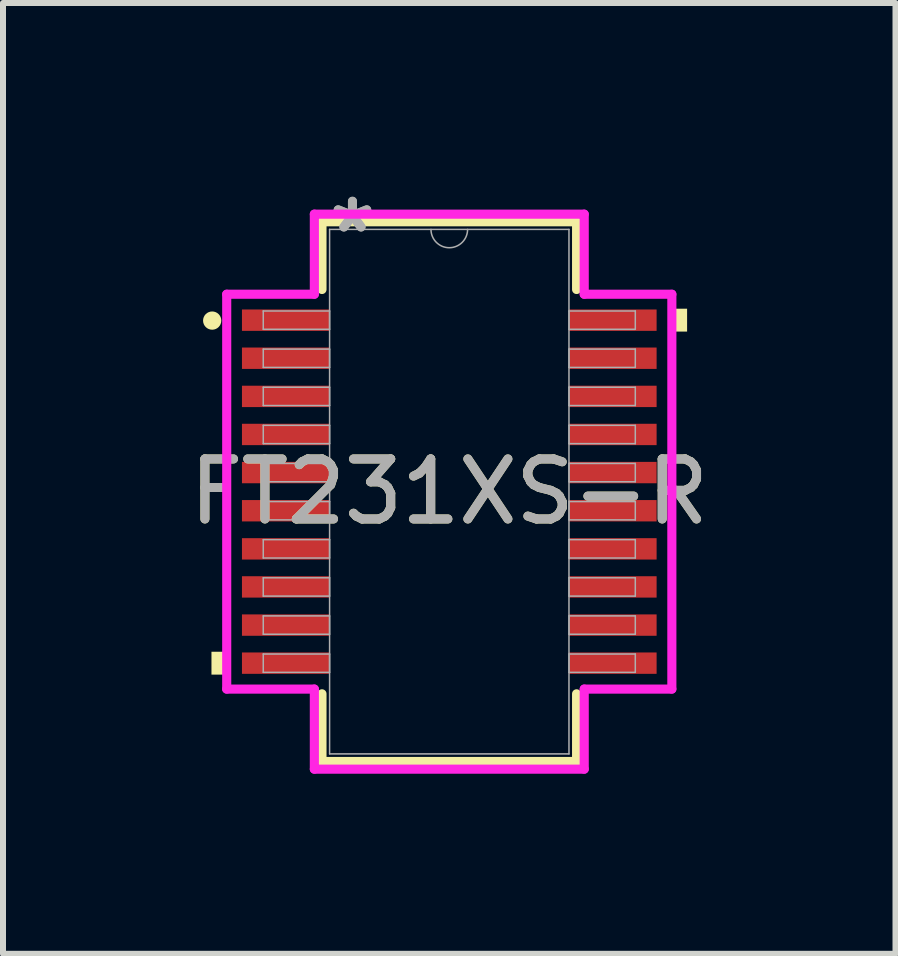
<source format=kicad_pcb>
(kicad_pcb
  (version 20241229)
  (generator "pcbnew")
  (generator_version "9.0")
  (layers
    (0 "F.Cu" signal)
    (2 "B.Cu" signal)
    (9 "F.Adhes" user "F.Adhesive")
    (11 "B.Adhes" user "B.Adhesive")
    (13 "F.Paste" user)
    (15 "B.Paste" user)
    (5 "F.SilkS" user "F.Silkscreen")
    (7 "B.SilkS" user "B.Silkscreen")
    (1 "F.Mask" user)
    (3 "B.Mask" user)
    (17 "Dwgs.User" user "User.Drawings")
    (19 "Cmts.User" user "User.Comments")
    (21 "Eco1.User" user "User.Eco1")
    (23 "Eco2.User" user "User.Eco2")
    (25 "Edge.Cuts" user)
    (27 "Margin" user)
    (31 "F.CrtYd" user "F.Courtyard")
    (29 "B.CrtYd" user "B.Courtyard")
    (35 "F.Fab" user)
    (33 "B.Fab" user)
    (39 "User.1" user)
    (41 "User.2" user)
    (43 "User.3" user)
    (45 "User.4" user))
  (footprint "FT231XS-R"
    (layer "F.Cu")
    (at 4.435 5.141)
    (property "Reference" "FT231XS-R" (at 0 0 0) (unlocked yes) (layer "F.SilkS") (effects (font (size 1 1) (thickness 0.15))))
    (attr smd)
    (fp_line (start -2.121 -4.496) (end -2.121 -3.368) (stroke (width 0.152) (type solid)) (layer "F.SilkS"))
    (fp_line (start -2.121 3.368) (end -2.121 4.496) (stroke (width 0.152) (type solid)) (layer "F.SilkS"))
    (fp_line (start -2.121 4.496) (end 2.121 4.496) (stroke (width 0.152) (type solid)) (layer "F.SilkS"))
    (fp_line (start 2.121 -4.496) (end -2.121 -4.496) (stroke (width 0.152) (type solid)) (layer "F.SilkS"))
    (fp_line (start 2.121 -3.368) (end 2.121 -4.496) (stroke (width 0.152) (type solid)) (layer "F.SilkS"))
    (fp_line (start 2.121 4.496) (end 2.121 3.368) (stroke (width 0.152) (type solid)) (layer "F.SilkS"))
    (fp_circle (center -3.95 -2.85) (end -3.874 -2.85) (stroke (width 0.152) (type solid)) (fill no) (layer "F.SilkS"))
    (fp_poly (pts (xy -3.962 2.667) (xy -3.962 3.048) (xy -3.708 3.048) (xy -3.708 2.667)) (stroke (width 0) (type solid)) (fill yes) (layer "F.SilkS"))
    (fp_poly (pts (xy 3.962 -3.048) (xy 3.962 -2.667) (xy 3.708 -2.667) (xy 3.708 -3.048)) (stroke (width 0) (type solid)) (fill yes) (layer "F.SilkS"))
    (fp_line (start -3.708 -3.289) (end -2.248 -3.289) (stroke (width 0.152) (type solid)) (layer "F.CrtYd"))
    (fp_line (start -3.708 3.289) (end -3.708 -3.289) (stroke (width 0.152) (type solid)) (layer "F.CrtYd"))
    (fp_line (start -3.708 3.289) (end -2.248 3.289) (stroke (width 0.152) (type solid)) (layer "F.CrtYd"))
    (fp_line (start -2.248 -4.623) (end 2.248 -4.623) (stroke (width 0.152) (type solid)) (layer "F.CrtYd"))
    (fp_line (start -2.248 -3.289) (end -2.248 -4.623) (stroke (width 0.152) (type solid)) (layer "F.CrtYd"))
    (fp_line (start -2.248 4.623) (end -2.248 3.289) (stroke (width 0.152) (type solid)) (layer "F.CrtYd"))
    (fp_line (start 2.248 -4.623) (end 2.248 -3.289) (stroke (width 0.152) (type solid)) (layer "F.CrtYd"))
    (fp_line (start 2.248 3.289) (end 2.248 4.623) (stroke (width 0.152) (type solid)) (layer "F.CrtYd"))
    (fp_line (start 2.248 4.623) (end -2.248 4.623) (stroke (width 0.152) (type solid)) (layer "F.CrtYd"))
    (fp_line (start 3.708 -3.289) (end 2.248 -3.289) (stroke (width 0.152) (type solid)) (layer "F.CrtYd"))
    (fp_line (start 3.708 -3.289) (end 3.708 3.289) (stroke (width 0.152) (type solid)) (layer "F.CrtYd"))
    (fp_line (start 3.708 3.289) (end 2.248 3.289) (stroke (width 0.152) (type solid)) (layer "F.CrtYd"))
    (fp_line (start -3.099 -3.01) (end -3.099 -2.705) (stroke (width 0.025) (type solid)) (layer "F.Fab"))
    (fp_line (start -3.099 -2.705) (end -1.994 -2.705) (stroke (width 0.025) (type solid)) (layer "F.Fab"))
    (fp_line (start -3.099 -2.375) (end -3.099 -2.07) (stroke (width 0.025) (type solid)) (layer "F.Fab"))
    (fp_line (start -3.099 -2.07) (end -1.994 -2.07) (stroke (width 0.025) (type solid)) (layer "F.Fab"))
    (fp_line (start -3.099 -1.74) (end -3.099 -1.435) (stroke (width 0.025) (type solid)) (layer "F.Fab"))
    (fp_line (start -3.099 -1.435) (end -1.994 -1.435) (stroke (width 0.025) (type solid)) (layer "F.Fab"))
    (fp_line (start -3.099 -1.105) (end -3.099 -0.8) (stroke (width 0.025) (type solid)) (layer "F.Fab"))
    (fp_line (start -3.099 -0.8) (end -1.994 -0.8) (stroke (width 0.025) (type solid)) (layer "F.Fab"))
    (fp_line (start -3.099 -0.47) (end -3.099 -0.165) (stroke (width 0.025) (type solid)) (layer "F.Fab"))
    (fp_line (start -3.099 -0.165) (end -1.994 -0.165) (stroke (width 0.025) (type solid)) (layer "F.Fab"))
    (fp_line (start -3.099 0.165) (end -3.099 0.47) (stroke (width 0.025) (type solid)) (layer "F.Fab"))
    (fp_line (start -3.099 0.47) (end -1.994 0.47) (stroke (width 0.025) (type solid)) (layer "F.Fab"))
    (fp_line (start -3.099 0.8) (end -3.099 1.105) (stroke (width 0.025) (type solid)) (layer "F.Fab"))
    (fp_line (start -3.099 1.105) (end -1.994 1.105) (stroke (width 0.025) (type solid)) (layer "F.Fab"))
    (fp_line (start -3.099 1.435) (end -3.099 1.74) (stroke (width 0.025) (type solid)) (layer "F.Fab"))
    (fp_line (start -3.099 1.74) (end -1.994 1.74) (stroke (width 0.025) (type solid)) (layer "F.Fab"))
    (fp_line (start -3.099 2.07) (end -3.099 2.375) (stroke (width 0.025) (type solid)) (layer "F.Fab"))
    (fp_line (start -3.099 2.375) (end -1.994 2.375) (stroke (width 0.025) (type solid)) (layer "F.Fab"))
    (fp_line (start -3.099 2.705) (end -3.099 3.01) (stroke (width 0.025) (type solid)) (layer "F.Fab"))
    (fp_line (start -3.099 3.01) (end -1.994 3.01) (stroke (width 0.025) (type solid)) (layer "F.Fab"))
    (fp_line (start -1.994 -4.369) (end -1.994 4.369) (stroke (width 0.025) (type solid)) (layer "F.Fab"))
    (fp_line (start -1.994 -3.01) (end -3.099 -3.01) (stroke (width 0.025) (type solid)) (layer "F.Fab"))
    (fp_line (start -1.994 -2.705) (end -1.994 -3.01) (stroke (width 0.025) (type solid)) (layer "F.Fab"))
    (fp_line (start -1.994 -2.375) (end -3.099 -2.375) (stroke (width 0.025) (type solid)) (layer "F.Fab"))
    (fp_line (start -1.994 -2.07) (end -1.994 -2.375) (stroke (width 0.025) (type solid)) (layer "F.Fab"))
    (fp_line (start -1.994 -1.74) (end -3.099 -1.74) (stroke (width 0.025) (type solid)) (layer "F.Fab"))
    (fp_line (start -1.994 -1.435) (end -1.994 -1.74) (stroke (width 0.025) (type solid)) (layer "F.Fab"))
    (fp_line (start -1.994 -1.105) (end -3.099 -1.105) (stroke (width 0.025) (type solid)) (layer "F.Fab"))
    (fp_line (start -1.994 -0.8) (end -1.994 -1.105) (stroke (width 0.025) (type solid)) (layer "F.Fab"))
    (fp_line (start -1.994 -0.47) (end -3.099 -0.47) (stroke (width 0.025) (type solid)) (layer "F.Fab"))
    (fp_line (start -1.994 -0.165) (end -1.994 -0.47) (stroke (width 0.025) (type solid)) (layer "F.Fab"))
    (fp_line (start -1.994 0.165) (end -3.099 0.165) (stroke (width 0.025) (type solid)) (layer "F.Fab"))
    (fp_line (start -1.994 0.47) (end -1.994 0.165) (stroke (width 0.025) (type solid)) (layer "F.Fab"))
    (fp_line (start -1.994 0.8) (end -3.099 0.8) (stroke (width 0.025) (type solid)) (layer "F.Fab"))
    (fp_line (start -1.994 1.105) (end -1.994 0.8) (stroke (width 0.025) (type solid)) (layer "F.Fab"))
    (fp_line (start -1.994 1.435) (end -3.099 1.435) (stroke (width 0.025) (type solid)) (layer "F.Fab"))
    (fp_line (start -1.994 1.74) (end -1.994 1.435) (stroke (width 0.025) (type solid)) (layer "F.Fab"))
    (fp_line (start -1.994 2.07) (end -3.099 2.07) (stroke (width 0.025) (type solid)) (layer "F.Fab"))
    (fp_line (start -1.994 2.375) (end -1.994 2.07) (stroke (width 0.025) (type solid)) (layer "F.Fab"))
    (fp_line (start -1.994 2.705) (end -3.099 2.705) (stroke (width 0.025) (type solid)) (layer "F.Fab"))
    (fp_line (start -1.994 3.01) (end -1.994 2.705) (stroke (width 0.025) (type solid)) (layer "F.Fab"))
    (fp_line (start -1.994 4.369) (end 1.994 4.369) (stroke (width 0.025) (type solid)) (layer "F.Fab"))
    (fp_line (start 1.994 -4.369) (end -1.994 -4.369) (stroke (width 0.025) (type solid)) (layer "F.Fab"))
    (fp_line (start 1.994 -3.01) (end 1.994 -2.705) (stroke (width 0.025) (type solid)) (layer "F.Fab"))
    (fp_line (start 1.994 -2.705) (end 3.099 -2.705) (stroke (width 0.025) (type solid)) (layer "F.Fab"))
    (fp_line (start 1.994 -2.375) (end 1.994 -2.07) (stroke (width 0.025) (type solid)) (layer "F.Fab"))
    (fp_line (start 1.994 -2.07) (end 3.099 -2.07) (stroke (width 0.025) (type solid)) (layer "F.Fab"))
    (fp_line (start 1.994 -1.74) (end 1.994 -1.435) (stroke (width 0.025) (type solid)) (layer "F.Fab"))
    (fp_line (start 1.994 -1.435) (end 3.099 -1.435) (stroke (width 0.025) (type solid)) (layer "F.Fab"))
    (fp_line (start 1.994 -1.105) (end 1.994 -0.8) (stroke (width 0.025) (type solid)) (layer "F.Fab"))
    (fp_line (start 1.994 -0.8) (end 3.099 -0.8) (stroke (width 0.025) (type solid)) (layer "F.Fab"))
    (fp_line (start 1.994 -0.47) (end 1.994 -0.165) (stroke (width 0.025) (type solid)) (layer "F.Fab"))
    (fp_line (start 1.994 -0.165) (end 3.099 -0.165) (stroke (width 0.025) (type solid)) (layer "F.Fab"))
    (fp_line (start 1.994 0.165) (end 1.994 0.47) (stroke (width 0.025) (type solid)) (layer "F.Fab"))
    (fp_line (start 1.994 0.47) (end 3.099 0.47) (stroke (width 0.025) (type solid)) (layer "F.Fab"))
    (fp_line (start 1.994 0.8) (end 1.994 1.105) (stroke (width 0.025) (type solid)) (layer "F.Fab"))
    (fp_line (start 1.994 1.105) (end 3.099 1.105) (stroke (width 0.025) (type solid)) (layer "F.Fab"))
    (fp_line (start 1.994 1.435) (end 1.994 1.74) (stroke (width 0.025) (type solid)) (layer "F.Fab"))
    (fp_line (start 1.994 1.74) (end 3.099 1.74) (stroke (width 0.025) (type solid)) (layer "F.Fab"))
    (fp_line (start 1.994 2.07) (end 1.994 2.375) (stroke (width 0.025) (type solid)) (layer "F.Fab"))
    (fp_line (start 1.994 2.375) (end 3.099 2.375) (stroke (width 0.025) (type solid)) (layer "F.Fab"))
    (fp_line (start 1.994 2.705) (end 1.994 3.01) (stroke (width 0.025) (type solid)) (layer "F.Fab"))
    (fp_line (start 1.994 3.01) (end 3.099 3.01) (stroke (width 0.025) (type solid)) (layer "F.Fab"))
    (fp_line (start 1.994 4.369) (end 1.994 -4.369) (stroke (width 0.025) (type solid)) (layer "F.Fab"))
    (fp_line (start 3.099 -3.01) (end 1.994 -3.01) (stroke (width 0.025) (type solid)) (layer "F.Fab"))
    (fp_line (start 3.099 -2.705) (end 3.099 -3.01) (stroke (width 0.025) (type solid)) (layer "F.Fab"))
    (fp_line (start 3.099 -2.375) (end 1.994 -2.375) (stroke (width 0.025) (type solid)) (layer "F.Fab"))
    (fp_line (start 3.099 -2.07) (end 3.099 -2.375) (stroke (width 0.025) (type solid)) (layer "F.Fab"))
    (fp_line (start 3.099 -1.74) (end 1.994 -1.74) (stroke (width 0.025) (type solid)) (layer "F.Fab"))
    (fp_line (start 3.099 -1.435) (end 3.099 -1.74) (stroke (width 0.025) (type solid)) (layer "F.Fab"))
    (fp_line (start 3.099 -1.105) (end 1.994 -1.105) (stroke (width 0.025) (type solid)) (layer "F.Fab"))
    (fp_line (start 3.099 -0.8) (end 3.099 -1.105) (stroke (width 0.025) (type solid)) (layer "F.Fab"))
    (fp_line (start 3.099 -0.47) (end 1.994 -0.47) (stroke (width 0.025) (type solid)) (layer "F.Fab"))
    (fp_line (start 3.099 -0.165) (end 3.099 -0.47) (stroke (width 0.025) (type solid)) (layer "F.Fab"))
    (fp_line (start 3.099 0.165) (end 1.994 0.165) (stroke (width 0.025) (type solid)) (layer "F.Fab"))
    (fp_line (start 3.099 0.47) (end 3.099 0.165) (stroke (width 0.025) (type solid)) (layer "F.Fab"))
    (fp_line (start 3.099 0.8) (end 1.994 0.8) (stroke (width 0.025) (type solid)) (layer "F.Fab"))
    (fp_line (start 3.099 1.105) (end 3.099 0.8) (stroke (width 0.025) (type solid)) (layer "F.Fab"))
    (fp_line (start 3.099 1.435) (end 1.994 1.435) (stroke (width 0.025) (type solid)) (layer "F.Fab"))
    (fp_line (start 3.099 1.74) (end 3.099 1.435) (stroke (width 0.025) (type solid)) (layer "F.Fab"))
    (fp_line (start 3.099 2.07) (end 1.994 2.07) (stroke (width 0.025) (type solid)) (layer "F.Fab"))
    (fp_line (start 3.099 2.375) (end 3.099 2.07) (stroke (width 0.025) (type solid)) (layer "F.Fab"))
    (fp_line (start 3.099 2.705) (end 1.994 2.705) (stroke (width 0.025) (type solid)) (layer "F.Fab"))
    (fp_line (start 3.099 3.01) (end 3.099 2.705) (stroke (width 0.025) (type solid)) (layer "F.Fab"))
    (fp_arc (start 0.3048 -4.3688) (mid 0 -4.064) (end -0.3048 -4.3688) (stroke (width 0.0254) (type solid)) (layer "F.Fab"))
    (fp_text user "*" (at -1.613 -4.293 0) (unlocked yes) (layer "F.Fab") (effects (font (size 1 1) (thickness 0.15))))
    (fp_text user "*" (at -1.613 -4.293 0) (layer "F.Fab") (effects (font (size 1 1) (thickness 0.15))))
    (fp_text user "${REFERENCE}" (at 0 0 0) (unlocked yes) (layer "F.Fab") (effects (font (size 1 1) (thickness 0.15))))
    (pad "1" smd rect (at -2.724 -2.857) (size 1.46 0.356) (layers "F.Cu" "F.Mask" "F.Paste"))
    (pad "2" smd rect (at -2.724 -2.223) (size 1.46 0.356) (layers "F.Cu" "F.Mask" "F.Paste"))
    (pad "3" smd rect (at -2.724 -1.587) (size 1.46 0.356) (layers "F.Cu" "F.Mask" "F.Paste"))
    (pad "4" smd rect (at -2.724 -0.953) (size 1.46 0.356) (layers "F.Cu" "F.Mask" "F.Paste"))
    (pad "5" smd rect (at -2.724 -0.318) (size 1.46 0.356) (layers "F.Cu" "F.Mask" "F.Paste"))
    (pad "6" smd rect (at -2.724 0.318) (size 1.46 0.356) (layers "F.Cu" "F.Mask" "F.Paste"))
    (pad "7" smd rect (at -2.724 0.953) (size 1.46 0.356) (layers "F.Cu" "F.Mask" "F.Paste"))
    (pad "8" smd rect (at -2.724 1.587) (size 1.46 0.356) (layers "F.Cu" "F.Mask" "F.Paste"))
    (pad "9" smd rect (at -2.724 2.223) (size 1.46 0.356) (layers "F.Cu" "F.Mask" "F.Paste"))
    (pad "10" smd rect (at -2.724 2.857) (size 1.46 0.356) (layers "F.Cu" "F.Mask" "F.Paste"))
    (pad "11" smd rect (at 2.724 2.857) (size 1.46 0.356) (layers "F.Cu" "F.Mask" "F.Paste"))
    (pad "12" smd rect (at 2.724 2.223) (size 1.46 0.356) (layers "F.Cu" "F.Mask" "F.Paste"))
    (pad "13" smd rect (at 2.724 1.587) (size 1.46 0.356) (layers "F.Cu" "F.Mask" "F.Paste"))
    (pad "14" smd rect (at 2.724 0.953) (size 1.46 0.356) (layers "F.Cu" "F.Mask" "F.Paste"))
    (pad "15" smd rect (at 2.724 0.318) (size 1.46 0.356) (layers "F.Cu" "F.Mask" "F.Paste"))
    (pad "16" smd rect (at 2.724 -0.318) (size 1.46 0.356) (layers "F.Cu" "F.Mask" "F.Paste"))
    (pad "17" smd rect (at 2.724 -0.953) (size 1.46 0.356) (layers "F.Cu" "F.Mask" "F.Paste"))
    (pad "18" smd rect (at 2.724 -1.587) (size 1.46 0.356) (layers "F.Cu" "F.Mask" "F.Paste"))
    (pad "19" smd rect (at 2.724 -2.223) (size 1.46 0.356) (layers "F.Cu" "F.Mask" "F.Paste"))
    (pad "20" smd rect (at 2.724 -2.857) (size 1.46 0.356) (layers "F.Cu" "F.Mask" "F.Paste")))
  (gr_rect
    (start -3 -3)
    (end 11.869 12.84)
    (stroke (width 0.1) (type default))
    (fill no)
    (layer "Edge.Cuts")))
</source>
